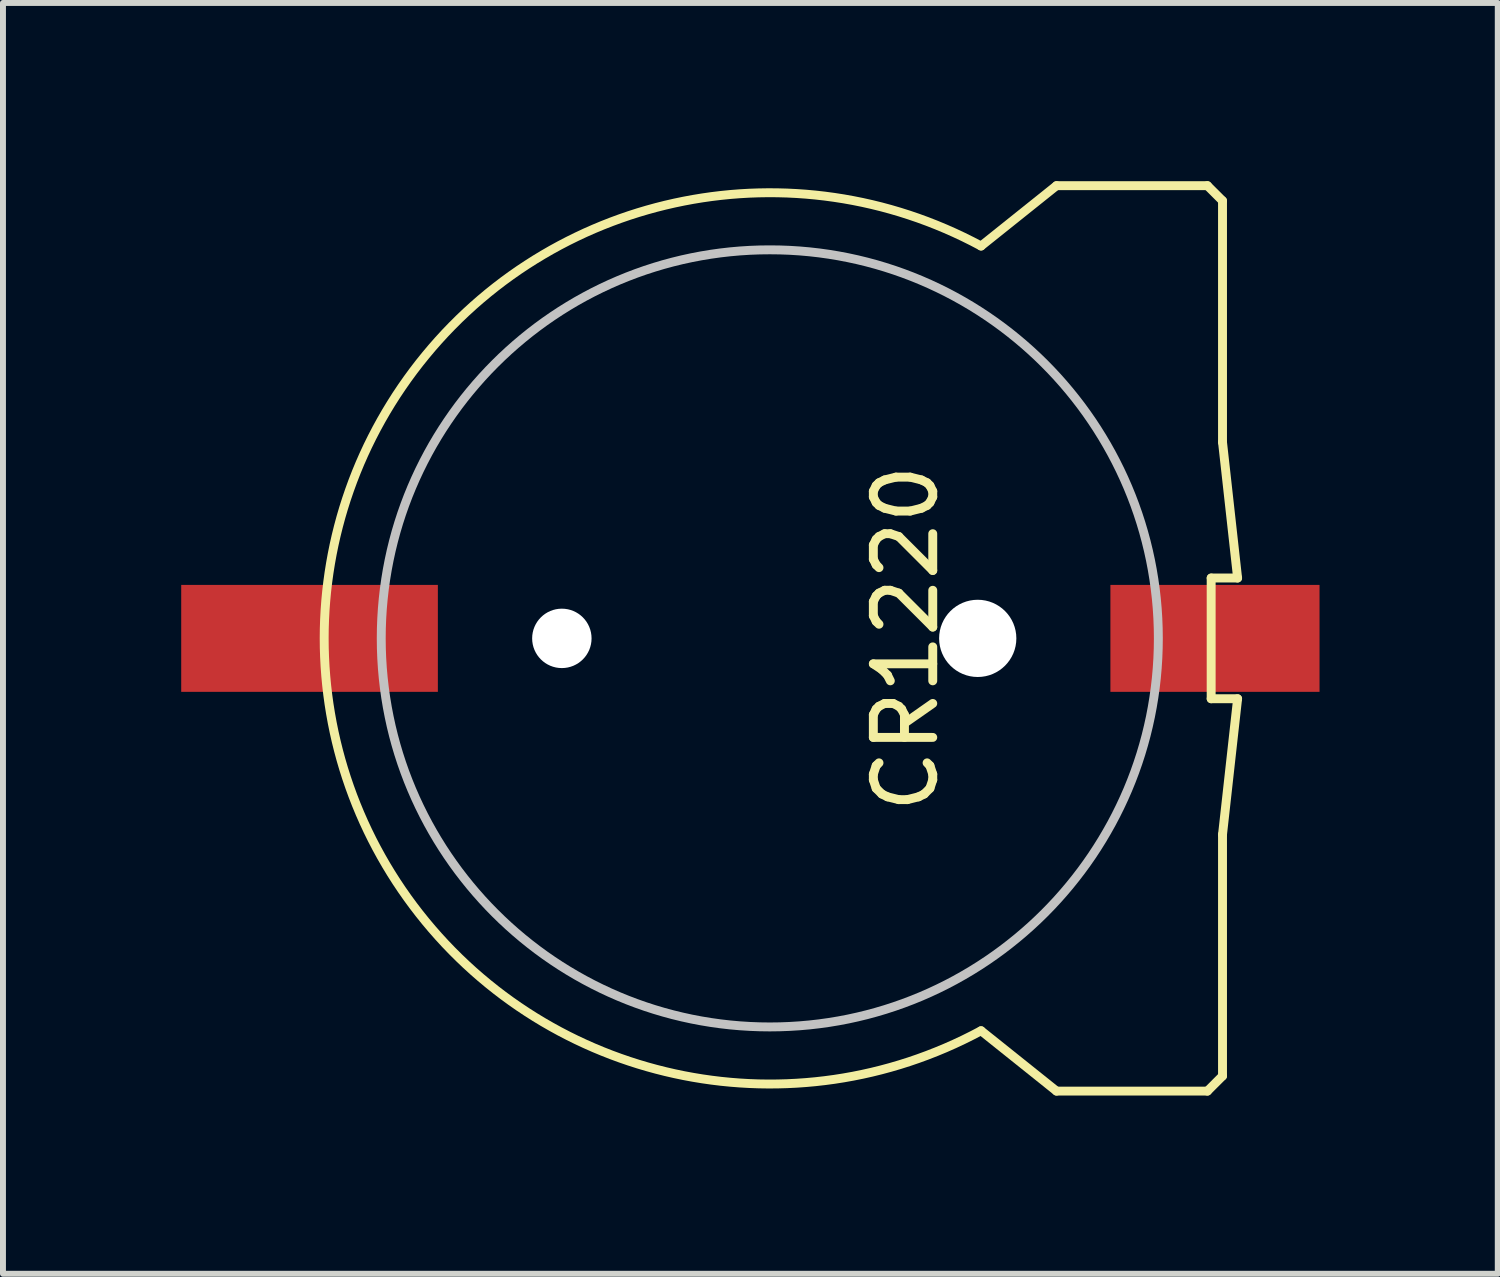
<source format=kicad_pcb>
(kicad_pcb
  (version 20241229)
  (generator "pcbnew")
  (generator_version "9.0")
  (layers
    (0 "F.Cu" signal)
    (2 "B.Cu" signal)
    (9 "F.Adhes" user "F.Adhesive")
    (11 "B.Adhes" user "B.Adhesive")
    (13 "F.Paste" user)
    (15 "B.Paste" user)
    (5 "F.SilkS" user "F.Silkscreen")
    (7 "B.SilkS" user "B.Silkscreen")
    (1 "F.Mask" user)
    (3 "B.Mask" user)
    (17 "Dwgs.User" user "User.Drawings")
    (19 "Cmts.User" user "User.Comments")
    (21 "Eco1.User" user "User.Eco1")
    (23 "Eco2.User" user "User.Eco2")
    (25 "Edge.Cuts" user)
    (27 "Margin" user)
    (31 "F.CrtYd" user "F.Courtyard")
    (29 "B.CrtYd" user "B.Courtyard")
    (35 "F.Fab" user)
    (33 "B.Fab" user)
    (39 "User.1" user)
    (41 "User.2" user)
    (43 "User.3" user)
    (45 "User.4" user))
  (footprint "CR1220"
    (layer "F.Cu")
    (at 9.907 7.695)
    (property "Reference" "CR1220" (at 2.288 0 90) (layer "F.SilkS") (effects (font (size 1 1) (thickness 0.15))))
    (attr through_hole)
    (fp_line (start 3.556 -6.604) (end 4.826 -7.62) (stroke (width 0.15) (type solid)) (layer "F.SilkS"))
    (fp_line (start 4.826 -7.62) (end 7.366 -7.62) (stroke (width 0.15) (type solid)) (layer "F.SilkS"))
    (fp_line (start 4.826 7.62) (end 3.556 6.604) (stroke (width 0.15) (type solid)) (layer "F.SilkS"))
    (fp_line (start 7.366 -7.62) (end 7.62 -7.366) (stroke (width 0.15) (type solid)) (layer "F.SilkS"))
    (fp_line (start 7.366 7.62) (end 4.826 7.62) (stroke (width 0.15) (type solid)) (layer "F.SilkS"))
    (fp_line (start 7.429 -1.016) (end 7.429 1.016) (stroke (width 0.15) (type solid)) (layer "F.SilkS"))
    (fp_line (start 7.429 1.016) (end 7.874 1.016) (stroke (width 0.15) (type solid)) (layer "F.SilkS"))
    (fp_line (start 7.62 -7.366) (end 7.62 -3.302) (stroke (width 0.15) (type solid)) (layer "F.SilkS"))
    (fp_line (start 7.62 -3.302) (end 7.874 -1.016) (stroke (width 0.15) (type solid)) (layer "F.SilkS"))
    (fp_line (start 7.62 3.302) (end 7.62 7.366) (stroke (width 0.15) (type solid)) (layer "F.SilkS"))
    (fp_line (start 7.62 7.366) (end 7.366 7.62) (stroke (width 0.15) (type solid)) (layer "F.SilkS"))
    (fp_line (start 7.874 -1.016) (end 7.429 -1.016) (stroke (width 0.15) (type solid)) (layer "F.SilkS"))
    (fp_line (start 7.874 1.016) (end 7.62 3.302) (stroke (width 0.15) (type solid)) (layer "F.SilkS"))
    (fp_arc (start 3.555998 6.604001) (mid -7.50053 -0.000001) (end 3.556 -6.604) (stroke (width 0.15) (type solid)) (layer "F.SilkS"))
    (fp_circle (center 0 0) (end 6.54 0) (stroke (width 0.15) (type solid)) (fill no) (layer "Dwgs.User"))
    (pad "" np_thru_hole circle (at -3.5 0) (size 1 1) (drill 1) (layers "*.Cu" "*.Mask"))
    (pad "" np_thru_hole circle (at 3.5 0) (size 1.3 1.3) (drill 1.3) (layers "*.Cu" "*.Mask"))
    (pad "1" smd rect (at 7.493 0) (size 3.52 1.8) (layers "F.Cu" "F.Mask" "F.Paste"))
    (pad "2" smd rect (at -7.747 0) (size 4.32 1.8) (layers "F.Cu" "F.Mask" "F.Paste")))
  (gr_rect
    (start -3 -3)
    (end 22.16 18.39)
    (stroke (width 0.1) (type default))
    (fill no)
    (layer "Edge.Cuts")))
</source>
